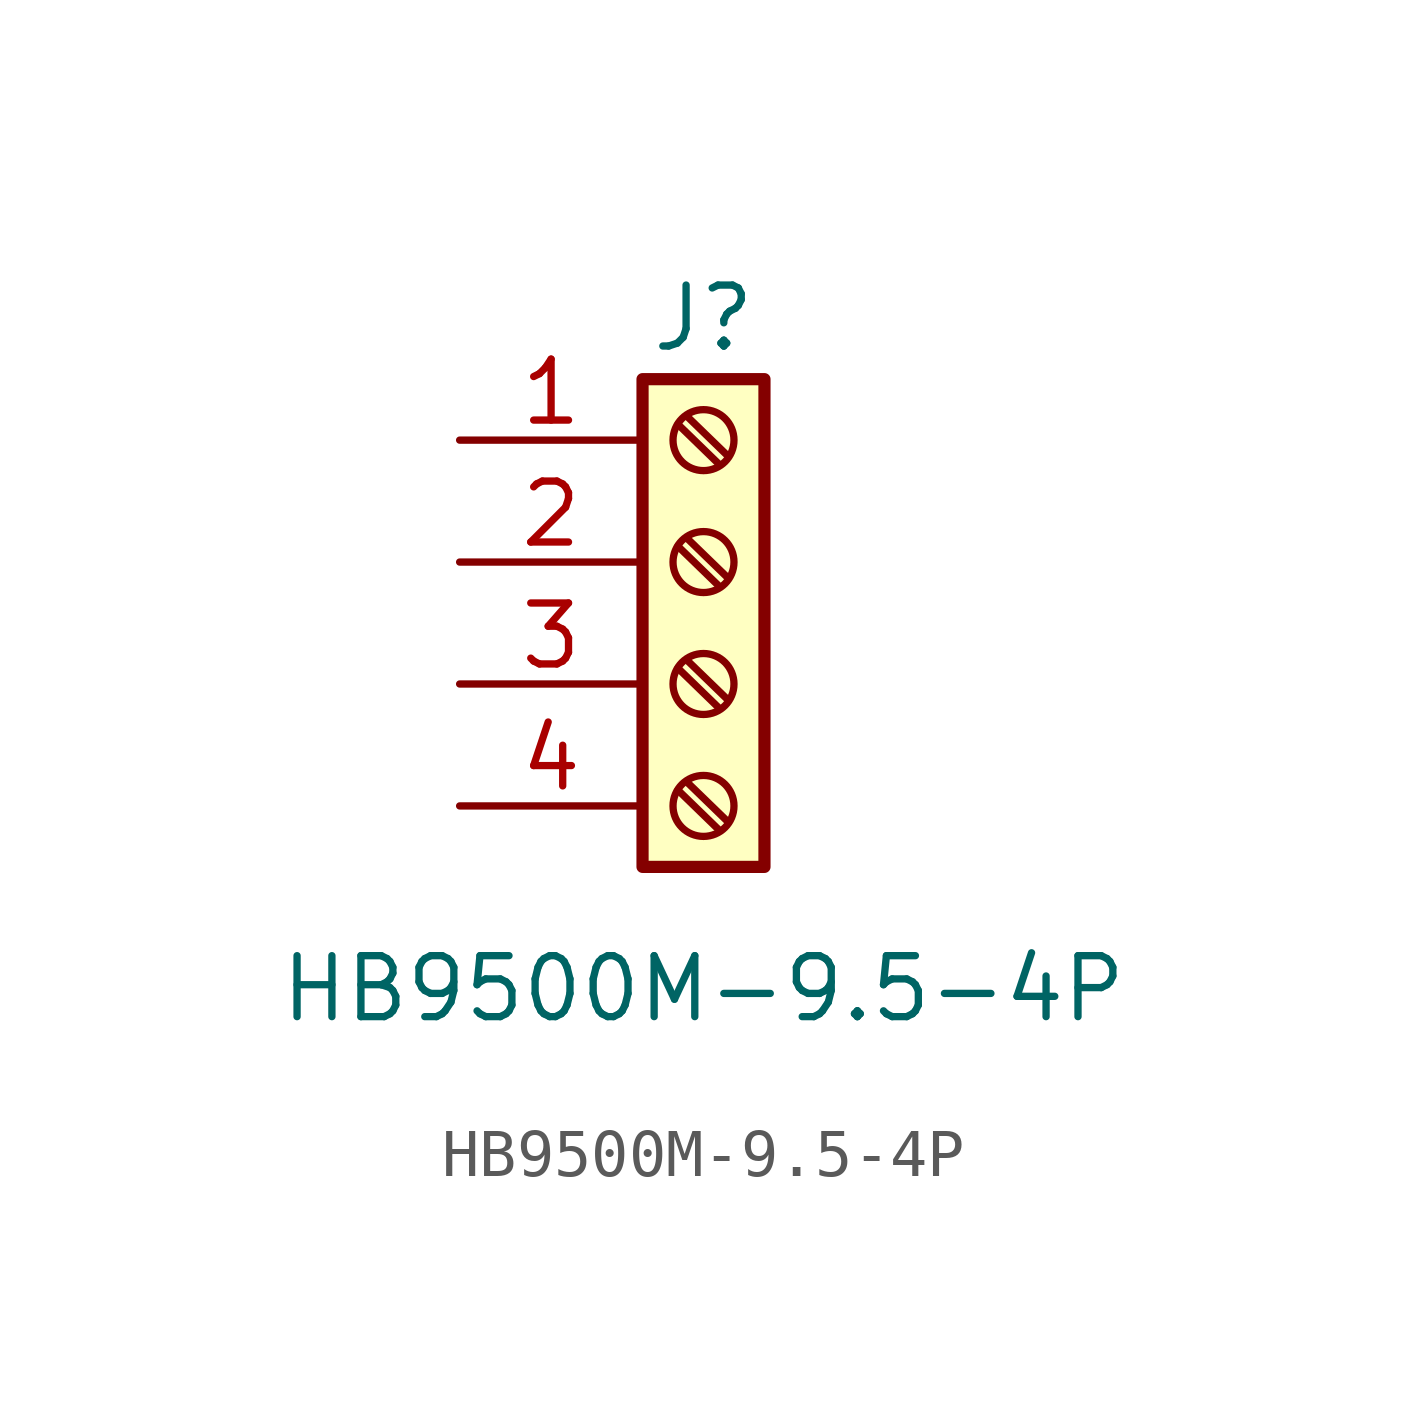
<source format=kicad_sym>
(kicad_symbol_lib
  (version 20241209)
  (generator "kicad_symbol_editor")
  (generator_version "9.0")
  (symbol "HB9500M-9.5-4P"
    (pin_names
      (offset 1.016)
      (hide yes))
    (property "Reference" "J"
      (at 0 10.16 0)
      (effects (font (size 1.27 1.27))))
    (property "Value" "HB9500M-9.5-4P"
      (at 0 -3.81 0)
      (effects (font (size 1.27 1.27))))
    (symbol "HB9500M-9.5-4P_1_1"
      (rectangle (start -1.27 8.89) (end 1.27 -1.27) (stroke (width 0.254) (type default)) (fill (type background)))
      (polyline (pts (xy -0.533 7.95) (xy 0.33 7.112)) (stroke (width 0.152) (type default)) (fill (type none)))
      (polyline (pts (xy -0.533 5.41) (xy 0.33 4.572)) (stroke (width 0.152) (type default)) (fill (type none)))
      (polyline (pts (xy -0.533 2.87) (xy 0.33 2.032)) (stroke (width 0.152) (type default)) (fill (type none)))
      (polyline (pts (xy -0.533 0.33) (xy 0.33 -0.508)) (stroke (width 0.152) (type default)) (fill (type none)))
      (polyline (pts (xy -0.356 8.128) (xy 0.508 7.29)) (stroke (width 0.152) (type default)) (fill (type none)))
      (polyline (pts (xy -0.356 5.588) (xy 0.508 4.75)) (stroke (width 0.152) (type default)) (fill (type none)))
      (polyline (pts (xy -0.356 3.048) (xy 0.508 2.21)) (stroke (width 0.152) (type default)) (fill (type none)))
      (polyline (pts (xy -0.356 0.508) (xy 0.508 -0.33)) (stroke (width 0.152) (type default)) (fill (type none)))
      (circle (center 0 7.62) (radius 0.635) (stroke (width 0.152) (type default)) (fill (type none)))
      (circle (center 0 5.08) (radius 0.635) (stroke (width 0.152) (type default)) (fill (type none)))
      (circle (center 0 2.54) (radius 0.635) (stroke (width 0.152) (type default)) (fill (type none)))
      (circle (center 0 0) (radius 0.635) (stroke (width 0.152) (type default)) (fill (type none)))
      (pin passive line (at -5.08 7.62 0) (length 3.81) (name "Pin_1" (effects (font (size 1.27 1.27)))) (number "1" (effects (font (size 1.27 1.27)))))
      (pin passive line (at -5.08 5.08 0) (length 3.81) (name "Pin_2" (effects (font (size 1.27 1.27)))) (number "2" (effects (font (size 1.27 1.27)))))
      (pin passive line (at -5.08 2.54 0) (length 3.81) (name "Pin_3" (effects (font (size 1.27 1.27)))) (number "3" (effects (font (size 1.27 1.27)))))
      (pin passive line (at -5.08 0 0) (length 3.81) (name "Pin_4" (effects (font (size 1.27 1.27)))) (number "4" (effects (font (size 1.27 1.27))))))))
</source>
